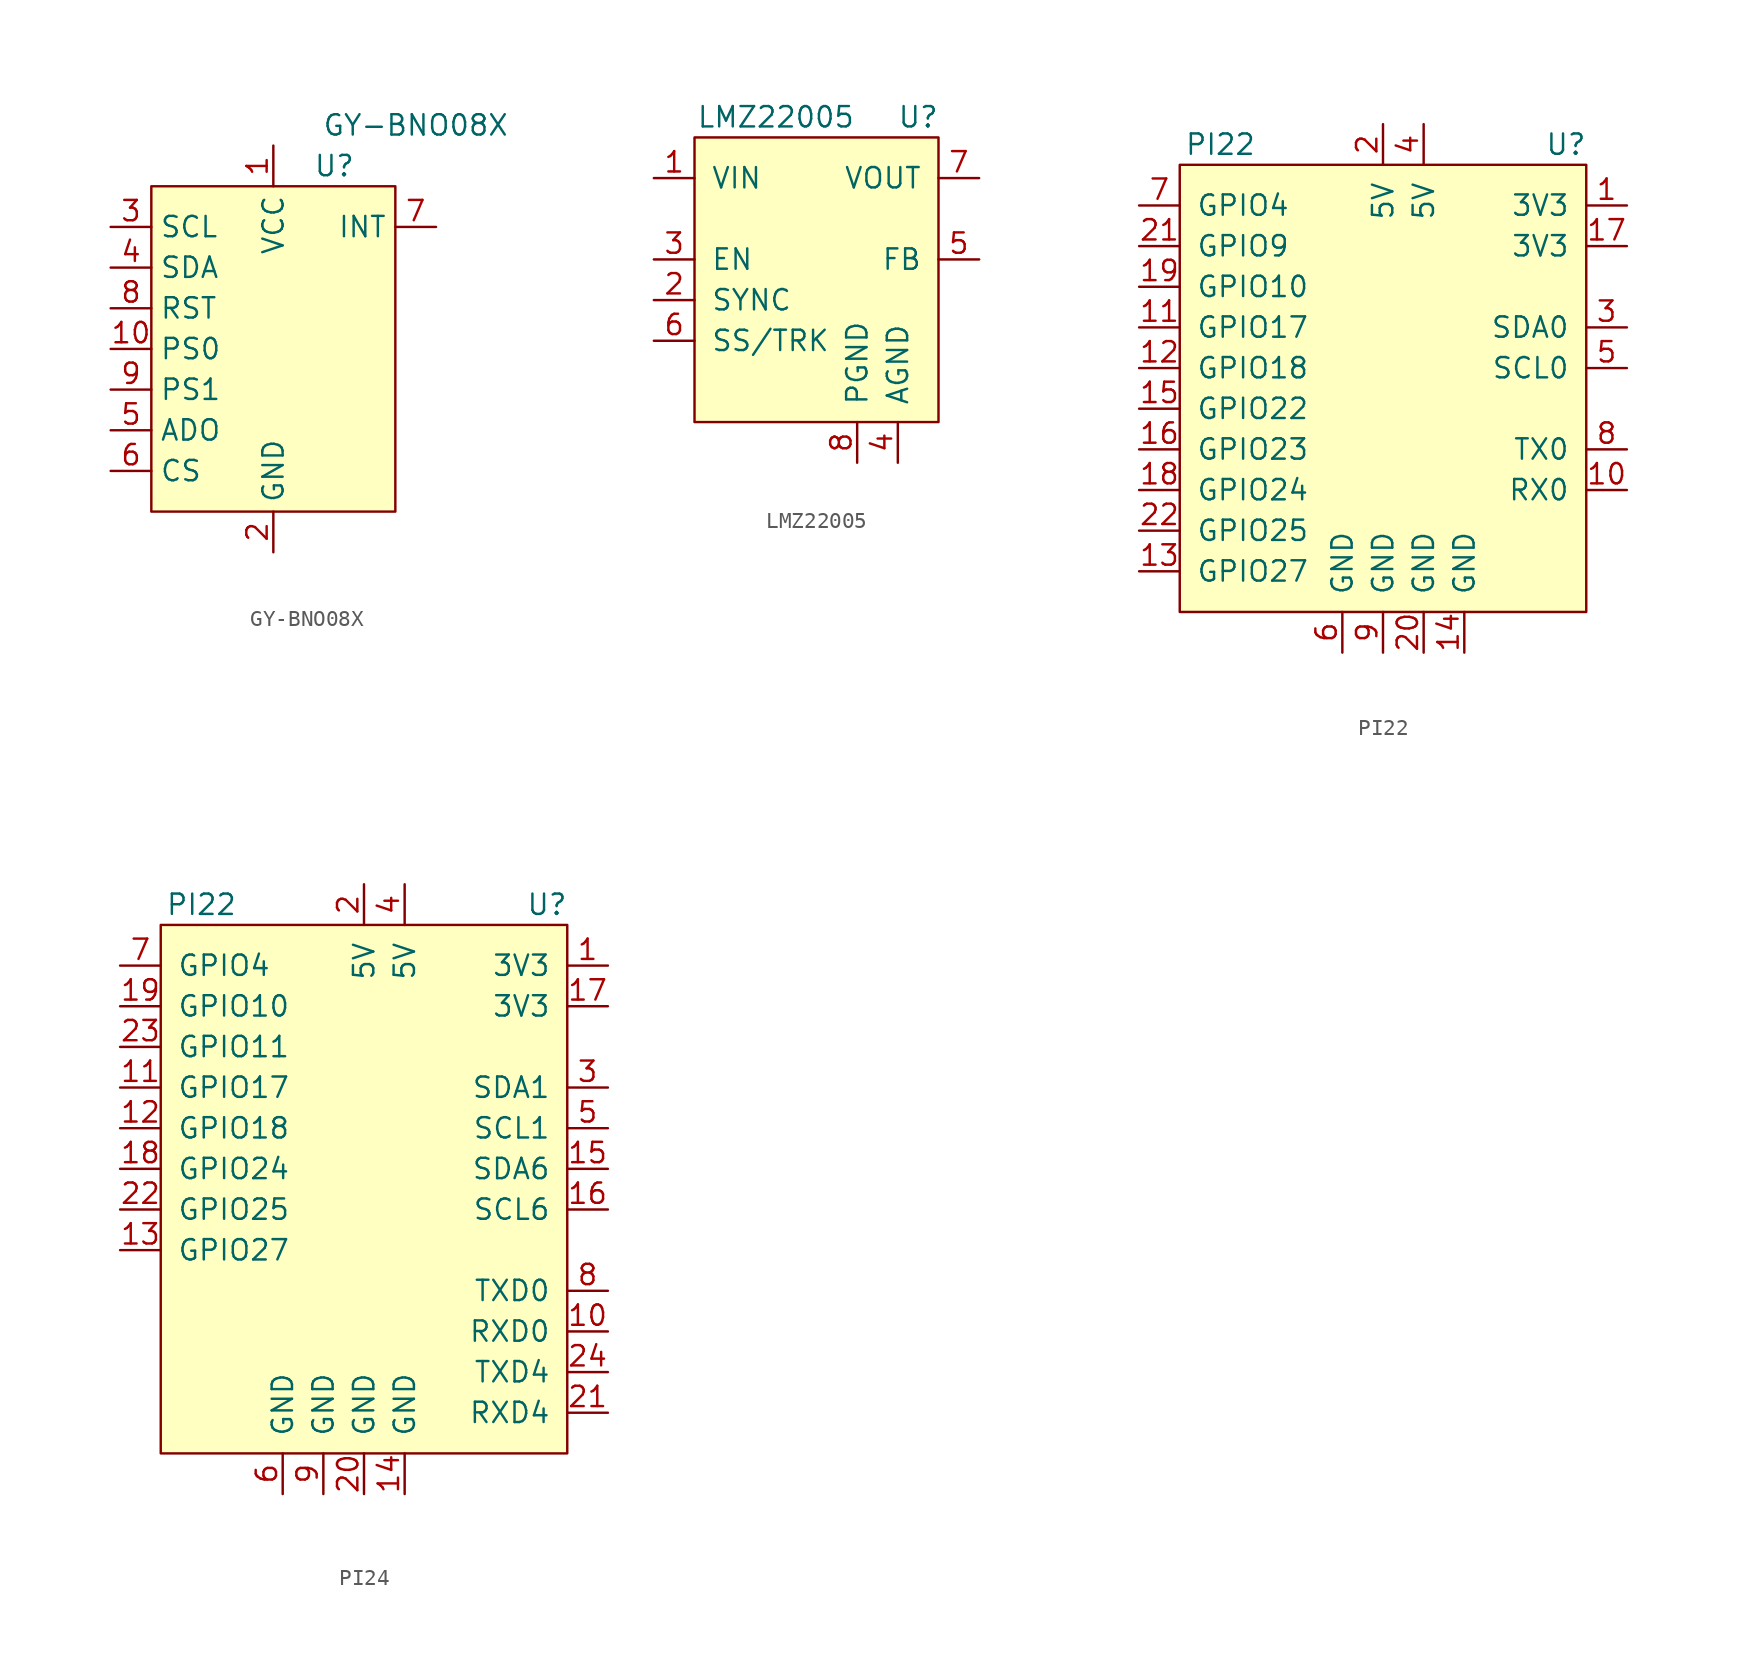
<source format=kicad_sym>
(kicad_symbol_lib
  (version 20220914)
  (generator kicad_symbol_editor)
  (symbol "GY-BNO08X"
    (property "Reference" "U"
      (at 3.81 11.43 0)
      (effects (font (size 1.27 1.27))))
    (property "Value" "GY-BNO08X"
      (at 8.89 13.97 0)
      (effects (font (size 1.27 1.27))))
    (symbol "GY-BNO08X_1_1"
      (rectangle (start -7.62 10.16) (end 7.62 -10.16) (stroke (width 0) (type default)) (fill (type background)))
      (pin power_in line (at 0 12.7 270) (length 2.54) (name "VCC" (effects (font (size 1.27 1.27)))) (number "1" (effects (font (size 1.27 1.27)))))
      (pin input line (at -10.16 0 0) (length 2.54) (name "PS0" (effects (font (size 1.27 1.27)))) (number "10" (effects (font (size 1.27 1.27)))))
      (pin power_in line (at 0 -12.7 90) (length 2.54) (name "GND" (effects (font (size 1.27 1.27)))) (number "2" (effects (font (size 1.27 1.27)))))
      (pin input line (at -10.16 7.62 0) (length 2.54) (name "SCL" (effects (font (size 1.27 1.27)))) (number "3" (effects (font (size 1.27 1.27)))))
      (pin bidirectional line (at -10.16 5.08 0) (length 2.54) (name "SDA" (effects (font (size 1.27 1.27)))) (number "4" (effects (font (size 1.27 1.27)))))
      (pin bidirectional line (at -10.16 -5.08 0) (length 2.54) (name "ADO" (effects (font (size 1.27 1.27)))) (number "5" (effects (font (size 1.27 1.27)))))
      (pin input line (at -10.16 -7.62 0) (length 2.54) (name "CS" (effects (font (size 1.27 1.27)))) (number "6" (effects (font (size 1.27 1.27)))))
      (pin output line (at 10.16 7.62 180) (length 2.54) (name "INT" (effects (font (size 1.27 1.27)))) (number "7" (effects (font (size 1.27 1.27)))))
      (pin input line (at -10.16 2.54 0) (length 2.54) (name "RST" (effects (font (size 1.27 1.27)))) (number "8" (effects (font (size 1.27 1.27)))))
      (pin input line (at -10.16 -2.54 0) (length 2.54) (name "PS1" (effects (font (size 1.27 1.27)))) (number "9" (effects (font (size 1.27 1.27)))))))
  (symbol "LMZ22005"
    (pin_names
      (offset 1.016))
    (property "Reference" "U"
      (at 6.35 8.89 0)
      (effects (font (size 1.27 1.27))))
    (property "Value" "LMZ22005"
      (at -2.54 8.89 0)
      (effects (font (size 1.27 1.27))))
    (symbol "LMZ22005_0_1"
      (rectangle (start 7.62 7.62) (end -7.62 -10.16) (stroke (width 0) (type solid)) (fill (type background))))
    (symbol "LMZ22005_1_1"
      (pin power_in line (at -10.16 5.08 0) (length 2.54) (name "VIN" (effects (font (size 1.27 1.27)))) (number "1" (effects (font (size 1.27 1.27)))))
      (pin input line (at -10.16 -2.54 0) (length 2.54) (name "SYNC" (effects (font (size 1.27 1.27)))) (number "2" (effects (font (size 1.27 1.27)))))
      (pin input line (at -10.16 0 0) (length 2.54) (name "EN" (effects (font (size 1.27 1.27)))) (number "3" (effects (font (size 1.27 1.27)))))
      (pin power_in line (at 5.08 -12.7 90) (length 2.54) (name "AGND" (effects (font (size 1.27 1.27)))) (number "4" (effects (font (size 1.27 1.27)))))
      (pin input line (at 10.16 0 180) (length 2.54) (name "FB" (effects (font (size 1.27 1.27)))) (number "5" (effects (font (size 1.27 1.27)))))
      (pin input line (at -10.16 -5.08 0) (length 2.54) (name "SS/TRK" (effects (font (size 1.27 1.27)))) (number "6" (effects (font (size 1.27 1.27)))))
      (pin power_out line (at 10.16 5.08 180) (length 2.54) (name "VOUT" (effects (font (size 1.27 1.27)))) (number "7" (effects (font (size 1.27 1.27)))))
      (pin power_in line (at 2.54 -12.7 90) (length 2.54) (name "PGND" (effects (font (size 1.27 1.27)))) (number "8" (effects (font (size 1.27 1.27)))))))
  (symbol "PI22"
    (pin_names
      (offset 1.016))
    (property "Reference" "U"
      (at 11.43 13.97 0)
      (effects (font (size 1.27 1.27))))
    (property "Value" "PI22"
      (at -10.16 13.97 0)
      (effects (font (size 1.27 1.27))))
    (symbol "PI22_0_1"
      (rectangle (start -12.7 12.7) (end 12.7 -15.24) (stroke (width 0) (type solid)) (fill (type background))))
    (symbol "PI22_1_1"
      (pin power_out line (at 15.24 10.16 180) (length 2.54) (name "3V3" (effects (font (size 1.27 1.27)))) (number "1" (effects (font (size 1.27 1.27)))))
      (pin input line (at 15.24 -7.62 180) (length 2.54) (name "RX0" (effects (font (size 1.27 1.27)))) (number "10" (effects (font (size 1.27 1.27)))))
      (pin bidirectional line (at -15.24 2.54 0) (length 2.54) (name "GPIO17" (effects (font (size 1.27 1.27)))) (number "11" (effects (font (size 1.27 1.27)))))
      (pin bidirectional line (at -15.24 0 0) (length 2.54) (name "GPIO18" (effects (font (size 1.27 1.27)))) (number "12" (effects (font (size 1.27 1.27)))))
      (pin bidirectional line (at -15.24 -12.7 0) (length 2.54) (name "GPIO27" (effects (font (size 1.27 1.27)))) (number "13" (effects (font (size 1.27 1.27)))))
      (pin power_in line (at 5.08 -17.78 90) (length 2.54) (name "GND" (effects (font (size 1.27 1.27)))) (number "14" (effects (font (size 1.27 1.27)))))
      (pin bidirectional line (at -15.24 -2.54 0) (length 2.54) (name "GPIO22" (effects (font (size 1.27 1.27)))) (number "15" (effects (font (size 1.27 1.27)))))
      (pin bidirectional line (at -15.24 -5.08 0) (length 2.54) (name "GPIO23" (effects (font (size 1.27 1.27)))) (number "16" (effects (font (size 1.27 1.27)))))
      (pin power_out line (at 15.24 7.62 180) (length 2.54) (name "3V3" (effects (font (size 1.27 1.27)))) (number "17" (effects (font (size 1.27 1.27)))))
      (pin bidirectional line (at -15.24 -7.62 0) (length 2.54) (name "GPIO24" (effects (font (size 1.27 1.27)))) (number "18" (effects (font (size 1.27 1.27)))))
      (pin bidirectional line (at -15.24 5.08 0) (length 2.54) (name "GPIO10" (effects (font (size 1.27 1.27)))) (number "19" (effects (font (size 1.27 1.27)))))
      (pin power_in line (at 0 15.24 270) (length 2.54) (name "5V" (effects (font (size 1.27 1.27)))) (number "2" (effects (font (size 1.27 1.27)))))
      (pin power_in line (at 2.54 -17.78 90) (length 2.54) (name "GND" (effects (font (size 1.27 1.27)))) (number "20" (effects (font (size 1.27 1.27)))))
      (pin bidirectional line (at -15.24 7.62 0) (length 2.54) (name "GPIO9" (effects (font (size 1.27 1.27)))) (number "21" (effects (font (size 1.27 1.27)))))
      (pin bidirectional line (at -15.24 -10.16 0) (length 2.54) (name "GPIO25" (effects (font (size 1.27 1.27)))) (number "22" (effects (font (size 1.27 1.27)))))
      (pin bidirectional line (at 15.24 2.54 180) (length 2.54) (name "SDA0" (effects (font (size 1.27 1.27)))) (number "3" (effects (font (size 1.27 1.27)))))
      (pin power_in line (at 2.54 15.24 270) (length 2.54) (name "5V" (effects (font (size 1.27 1.27)))) (number "4" (effects (font (size 1.27 1.27)))))
      (pin output line (at 15.24 0 180) (length 2.54) (name "SCL0" (effects (font (size 1.27 1.27)))) (number "5" (effects (font (size 1.27 1.27)))))
      (pin power_in line (at -2.54 -17.78 90) (length 2.54) (name "GND" (effects (font (size 1.27 1.27)))) (number "6" (effects (font (size 1.27 1.27)))))
      (pin bidirectional line (at -15.24 10.16 0) (length 2.54) (name "GPIO4" (effects (font (size 1.27 1.27)))) (number "7" (effects (font (size 1.27 1.27)))))
      (pin output line (at 15.24 -5.08 180) (length 2.54) (name "TX0" (effects (font (size 1.27 1.27)))) (number "8" (effects (font (size 1.27 1.27)))))
      (pin power_in line (at 0 -17.78 90) (length 2.54) (name "GND" (effects (font (size 1.27 1.27)))) (number "9" (effects (font (size 1.27 1.27)))))))
  (symbol "PI24"
    (pin_names
      (offset 1.016))
    (property "Reference" "U"
      (at 11.43 13.97 0)
      (effects (font (size 1.27 1.27))))
    (property "Value" "PI22"
      (at -10.16 13.97 0)
      (effects (font (size 1.27 1.27))))
    (symbol "PI24_0_1"
      (rectangle (start -12.7 12.7) (end 12.7 -20.32) (stroke (width 0) (type solid)) (fill (type background))))
    (symbol "PI24_1_1"
      (pin power_out line (at 15.24 10.16 180) (length 2.54) (name "3V3" (effects (font (size 1.27 1.27)))) (number "1" (effects (font (size 1.27 1.27)))))
      (pin input line (at 15.24 -12.7 180) (length 2.54) (name "RXD0" (effects (font (size 1.27 1.27)))) (number "10" (effects (font (size 1.27 1.27)))))
      (pin bidirectional line (at -15.24 2.54 0) (length 2.54) (name "GPIO17" (effects (font (size 1.27 1.27)))) (number "11" (effects (font (size 1.27 1.27)))))
      (pin bidirectional line (at -15.24 0 0) (length 2.54) (name "GPIO18" (effects (font (size 1.27 1.27)))) (number "12" (effects (font (size 1.27 1.27)))))
      (pin bidirectional line (at -15.24 -7.62 0) (length 2.54) (name "GPIO27" (effects (font (size 1.27 1.27)))) (number "13" (effects (font (size 1.27 1.27)))))
      (pin power_in line (at 2.54 -22.86 90) (length 2.54) (name "GND" (effects (font (size 1.27 1.27)))) (number "14" (effects (font (size 1.27 1.27)))))
      (pin bidirectional line (at 15.24 -2.54 180) (length 2.54) (name "SDA6" (effects (font (size 1.27 1.27)))) (number "15" (effects (font (size 1.27 1.27)))))
      (pin output line (at 15.24 -5.08 180) (length 2.54) (name "SCL6" (effects (font (size 1.27 1.27)))) (number "16" (effects (font (size 1.27 1.27)))))
      (pin power_out line (at 15.24 7.62 180) (length 2.54) (name "3V3" (effects (font (size 1.27 1.27)))) (number "17" (effects (font (size 1.27 1.27)))))
      (pin bidirectional line (at -15.24 -2.54 0) (length 2.54) (name "GPIO24" (effects (font (size 1.27 1.27)))) (number "18" (effects (font (size 1.27 1.27)))))
      (pin bidirectional line (at -15.24 7.62 0) (length 2.54) (name "GPIO10" (effects (font (size 1.27 1.27)))) (number "19" (effects (font (size 1.27 1.27)))))
      (pin power_in line (at 0 15.24 270) (length 2.54) (name "5V" (effects (font (size 1.27 1.27)))) (number "2" (effects (font (size 1.27 1.27)))))
      (pin power_in line (at 0 -22.86 90) (length 2.54) (name "GND" (effects (font (size 1.27 1.27)))) (number "20" (effects (font (size 1.27 1.27)))))
      (pin input line (at 15.24 -17.78 180) (length 2.54) (name "RXD4" (effects (font (size 1.27 1.27)))) (number "21" (effects (font (size 1.27 1.27)))))
      (pin bidirectional line (at -15.24 -5.08 0) (length 2.54) (name "GPIO25" (effects (font (size 1.27 1.27)))) (number "22" (effects (font (size 1.27 1.27)))))
      (pin bidirectional line (at -15.24 5.08 0) (length 2.54) (name "GPIO11" (effects (font (size 1.27 1.27)))) (number "23" (effects (font (size 1.27 1.27)))))
      (pin output line (at 15.24 -15.24 180) (length 2.54) (name "TXD4" (effects (font (size 1.27 1.27)))) (number "24" (effects (font (size 1.27 1.27)))))
      (pin bidirectional line (at 15.24 2.54 180) (length 2.54) (name "SDA1" (effects (font (size 1.27 1.27)))) (number "3" (effects (font (size 1.27 1.27)))))
      (pin power_in line (at 2.54 15.24 270) (length 2.54) (name "5V" (effects (font (size 1.27 1.27)))) (number "4" (effects (font (size 1.27 1.27)))))
      (pin output line (at 15.24 0 180) (length 2.54) (name "SCL1" (effects (font (size 1.27 1.27)))) (number "5" (effects (font (size 1.27 1.27)))))
      (pin power_in line (at -5.08 -22.86 90) (length 2.54) (name "GND" (effects (font (size 1.27 1.27)))) (number "6" (effects (font (size 1.27 1.27)))))
      (pin bidirectional line (at -15.24 10.16 0) (length 2.54) (name "GPIO4" (effects (font (size 1.27 1.27)))) (number "7" (effects (font (size 1.27 1.27)))))
      (pin output line (at 15.24 -10.16 180) (length 2.54) (name "TXD0" (effects (font (size 1.27 1.27)))) (number "8" (effects (font (size 1.27 1.27)))))
      (pin power_in line (at -2.54 -22.86 90) (length 2.54) (name "GND" (effects (font (size 1.27 1.27)))) (number "9" (effects (font (size 1.27 1.27))))))))
</source>
